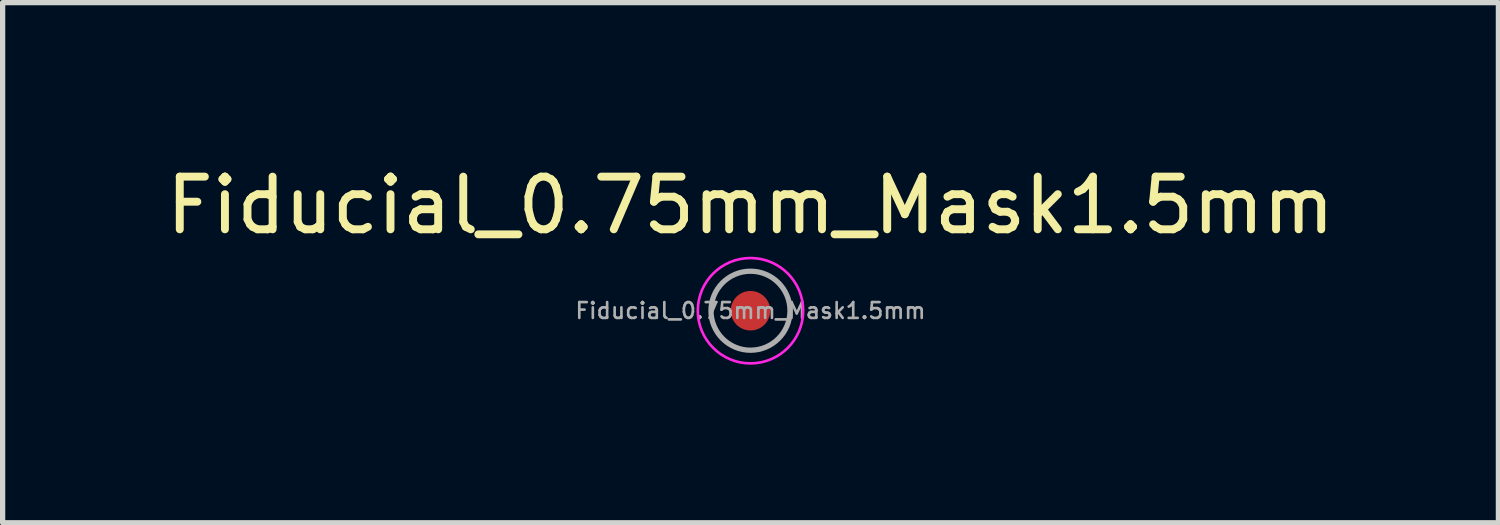
<source format=kicad_pcb>
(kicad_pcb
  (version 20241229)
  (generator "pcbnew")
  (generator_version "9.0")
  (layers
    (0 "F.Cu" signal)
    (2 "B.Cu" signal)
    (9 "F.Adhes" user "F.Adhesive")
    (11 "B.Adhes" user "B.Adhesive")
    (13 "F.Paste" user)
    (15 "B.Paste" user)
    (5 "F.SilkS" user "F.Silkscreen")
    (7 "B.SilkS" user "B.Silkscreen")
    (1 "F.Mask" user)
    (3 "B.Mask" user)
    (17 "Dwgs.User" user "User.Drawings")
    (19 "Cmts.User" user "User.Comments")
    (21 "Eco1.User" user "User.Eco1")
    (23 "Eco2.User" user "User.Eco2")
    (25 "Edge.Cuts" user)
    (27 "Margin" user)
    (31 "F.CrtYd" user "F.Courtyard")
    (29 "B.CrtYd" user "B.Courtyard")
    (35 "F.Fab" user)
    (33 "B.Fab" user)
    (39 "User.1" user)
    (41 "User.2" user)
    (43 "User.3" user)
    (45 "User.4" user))
  (footprint "Fiducial_0.75mm_Mask1.5mm"
    (layer "F.Cu")
    (at 11.196 2.848)
    (property "Reference" "Fiducial_0.75mm_Mask1.5mm" (at 0 -2 0) (layer "F.SilkS") (effects (font (size 1 1) (thickness 0.15))))
    (attr smd)
    (fp_circle (center 0 0) (end 1 0) (stroke (width 0.05) (type solid)) (fill no) (layer "F.CrtYd"))
    (fp_circle (center 0 0) (end 0.75 0) (stroke (width 0.1) (type solid)) (fill no) (layer "F.Fab"))
    (fp_text user "${REFERENCE}" (at 0 0 0) (layer "F.Fab") (effects (font (size 0.3 0.3) (thickness 0.05))))
    (pad "" smd circle (at 0 0) (size 0.75 0.75) (layers "F.Cu" "F.Mask")))
  (gr_rect
    (start -3 -3)
    (end 25.393 6.873)
    (stroke (width 0.1) (type default))
    (fill no)
    (layer "Edge.Cuts")))
</source>
